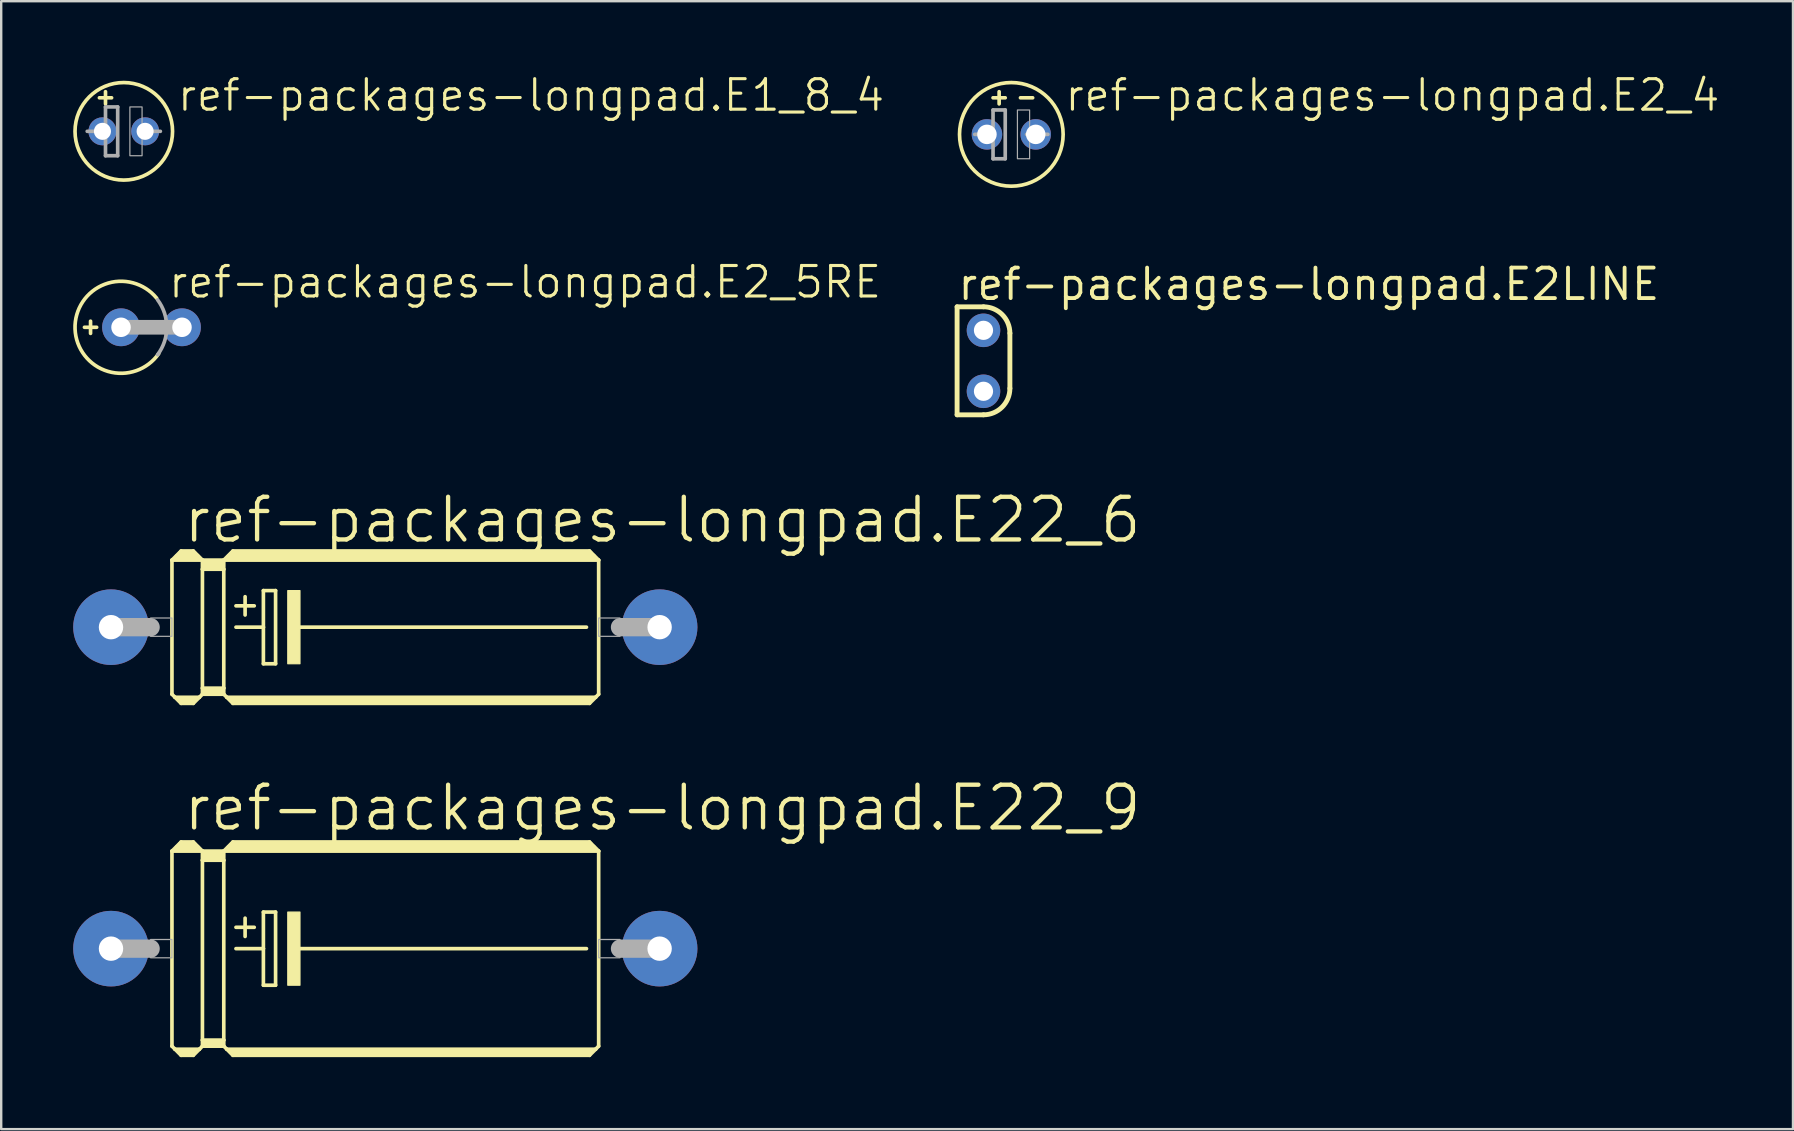
<source format=kicad_pcb>
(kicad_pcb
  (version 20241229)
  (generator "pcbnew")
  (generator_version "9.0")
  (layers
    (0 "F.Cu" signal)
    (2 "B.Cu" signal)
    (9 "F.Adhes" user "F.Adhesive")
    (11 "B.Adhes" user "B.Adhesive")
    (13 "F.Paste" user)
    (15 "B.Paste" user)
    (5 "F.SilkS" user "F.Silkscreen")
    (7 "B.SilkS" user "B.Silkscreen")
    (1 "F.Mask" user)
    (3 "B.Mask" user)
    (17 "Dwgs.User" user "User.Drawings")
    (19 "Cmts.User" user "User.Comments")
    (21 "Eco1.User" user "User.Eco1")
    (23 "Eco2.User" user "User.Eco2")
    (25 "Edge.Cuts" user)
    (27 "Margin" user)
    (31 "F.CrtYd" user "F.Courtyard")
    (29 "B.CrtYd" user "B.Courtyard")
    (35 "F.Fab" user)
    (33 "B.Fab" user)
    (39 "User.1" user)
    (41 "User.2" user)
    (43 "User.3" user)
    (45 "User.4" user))
  (footprint "ref-packages-longpad.E1_8_4"
    (layer "F.Cu")
    (at 2.108 2.422)
    (property "Reference" "ref-packages-longpad.E1_8_4" (at 2.159 -0.762 0) (layer "F.SilkS") (effects (font (size 1.27 1.27) (thickness 0.13)) (justify left bottom)))
    (attr through_hole)
    (fp_line (start -1.016 -1.397) (end -0.508 -1.397) (stroke (width 0.152) (type default)) (layer "F.SilkS"))
    (fp_line (start -0.762 -1.143) (end -0.762 -1.651) (stroke (width 0.152) (type default)) (layer "F.SilkS"))
    (fp_circle (center 0 0) (end 2.032 0) (stroke (width 0.152) (type default)) (fill no) (layer "F.SilkS"))
    (fp_line (start -1.524 0) (end -0.762 0) (stroke (width 0.152) (type default)) (layer "F.Fab"))
    (fp_line (start -0.762 -1.016) (end -0.762 0) (stroke (width 0.152) (type default)) (layer "F.Fab"))
    (fp_line (start -0.762 0) (end -0.762 1.016) (stroke (width 0.152) (type default)) (layer "F.Fab"))
    (fp_line (start -0.762 1.016) (end -0.254 1.016) (stroke (width 0.152) (type default)) (layer "F.Fab"))
    (fp_line (start -0.254 -1.016) (end -0.762 -1.016) (stroke (width 0.152) (type default)) (layer "F.Fab"))
    (fp_line (start -0.254 1.016) (end -0.254 -1.016) (stroke (width 0.152) (type default)) (layer "F.Fab"))
    (fp_line (start 0.635 0) (end 1.524 0) (stroke (width 0.152) (type default)) (layer "F.Fab"))
    (fp_rect (start 0.254 1.016) (end 0.762 -1.016) (stroke (width 0.05) (type default)) (fill no) (layer "F.Fab"))
    (pad "+" thru_hole circle (at -0.889 0) (size 1.168 1.168) (drill 0.711) (layers "*.Cu" "*.Mask"))
    (pad "-" thru_hole circle (at 0.889 0) (size 1.168 1.168) (drill 0.711) (layers "*.Cu" "*.Mask")))
  (footprint "ref-packages-longpad.E22_9"
    (layer "F.Cu")
    (at 13.005 36.478)
    (property "Reference" "ref-packages-longpad.E22_9" (at -8.509 -4.826 0) (layer "F.SilkS") (effects (font (size 1.778 1.778) (thickness 0.18)) (justify left bottom)))
    (attr through_hole)
    (fp_line (start -8.89 -4.064) (end -8.89 4.064) (stroke (width 0.152) (type default)) (layer "F.SilkS"))
    (fp_line (start -8.89 -4.064) (end -8.509 -4.445) (stroke (width 0.152) (type default)) (layer "F.SilkS"))
    (fp_line (start -8.89 -4.064) (end -7.62 -4.064) (stroke (width 0.152) (type default)) (layer "F.SilkS"))
    (fp_line (start -8.89 4.064) (end -8.763 4.191) (stroke (width 0.152) (type default)) (layer "F.SilkS"))
    (fp_line (start -8.763 4.191) (end -8.509 4.445) (stroke (width 0.152) (type default)) (layer "F.SilkS"))
    (fp_line (start -8.763 4.191) (end -7.747 4.191) (stroke (width 0.152) (type default)) (layer "F.SilkS"))
    (fp_line (start -8.636 -4.191) (end -7.874 -4.191) (stroke (width 0.305) (type default)) (layer "F.SilkS"))
    (fp_line (start -8.509 -4.445) (end -8.001 -4.445) (stroke (width 0.152) (type default)) (layer "F.SilkS"))
    (fp_line (start -8.509 -4.318) (end -8.001 -4.318) (stroke (width 0.305) (type default)) (layer "F.SilkS"))
    (fp_line (start -8.509 4.318) (end -8.001 4.318) (stroke (width 0.254) (type default)) (layer "F.SilkS"))
    (fp_line (start -8.509 4.445) (end -8.001 4.445) (stroke (width 0.152) (type default)) (layer "F.SilkS"))
    (fp_line (start -7.747 4.191) (end -8.001 4.445) (stroke (width 0.152) (type default)) (layer "F.SilkS"))
    (fp_line (start -7.62 -4.064) (end -8.001 -4.445) (stroke (width 0.152) (type default)) (layer "F.SilkS"))
    (fp_line (start -7.62 -4.064) (end -7.62 -3.683) (stroke (width 0.152) (type default)) (layer "F.SilkS"))
    (fp_line (start -7.62 -4.064) (end -6.731 -4.064) (stroke (width 0.152) (type default)) (layer "F.SilkS"))
    (fp_line (start -7.62 -3.683) (end -6.731 -3.683) (stroke (width 0.152) (type default)) (layer "F.SilkS"))
    (fp_line (start -7.62 3.81) (end -7.62 -3.683) (stroke (width 0.152) (type default)) (layer "F.SilkS"))
    (fp_line (start -7.62 3.81) (end -6.731 3.81) (stroke (width 0.152) (type default)) (layer "F.SilkS"))
    (fp_line (start -7.62 4.064) (end -7.747 4.191) (stroke (width 0.152) (type default)) (layer "F.SilkS"))
    (fp_line (start -7.62 4.064) (end -7.62 3.81) (stroke (width 0.152) (type default)) (layer "F.SilkS"))
    (fp_line (start -7.62 4.064) (end -6.731 4.064) (stroke (width 0.152) (type default)) (layer "F.SilkS"))
    (fp_line (start -7.493 -3.937) (end -6.858 -3.937) (stroke (width 0.305) (type default)) (layer "F.SilkS"))
    (fp_line (start -7.493 -3.81) (end -6.858 -3.81) (stroke (width 0.305) (type default)) (layer "F.SilkS"))
    (fp_line (start -7.493 3.937) (end -6.858 3.937) (stroke (width 0.254) (type default)) (layer "F.SilkS"))
    (fp_line (start -6.731 -4.064) (end -6.731 -3.683) (stroke (width 0.152) (type default)) (layer "F.SilkS"))
    (fp_line (start -6.731 -4.064) (end 8.89 -4.064) (stroke (width 0.152) (type default)) (layer "F.SilkS"))
    (fp_line (start -6.731 -3.683) (end -6.731 3.81) (stroke (width 0.152) (type default)) (layer "F.SilkS"))
    (fp_line (start -6.731 3.81) (end -6.731 4.064) (stroke (width 0.152) (type default)) (layer "F.SilkS"))
    (fp_line (start -6.604 4.191) (end -6.731 4.064) (stroke (width 0.152) (type default)) (layer "F.SilkS"))
    (fp_line (start -6.604 4.191) (end 8.763 4.191) (stroke (width 0.152) (type default)) (layer "F.SilkS"))
    (fp_line (start -6.477 -4.191) (end 8.636 -4.191) (stroke (width 0.305) (type default)) (layer "F.SilkS"))
    (fp_line (start -6.35 -4.445) (end -6.731 -4.064) (stroke (width 0.152) (type default)) (layer "F.SilkS"))
    (fp_line (start -6.35 -4.445) (end 8.509 -4.445) (stroke (width 0.152) (type default)) (layer "F.SilkS"))
    (fp_line (start -6.35 -4.318) (end 8.509 -4.318) (stroke (width 0.305) (type default)) (layer "F.SilkS"))
    (fp_line (start -6.35 4.318) (end 8.509 4.318) (stroke (width 0.254) (type default)) (layer "F.SilkS"))
    (fp_line (start -6.35 4.445) (end -6.604 4.191) (stroke (width 0.152) (type default)) (layer "F.SilkS"))
    (fp_line (start -6.35 4.445) (end 8.509 4.445) (stroke (width 0.152) (type default)) (layer "F.SilkS"))
    (fp_line (start -6.223 -0.889) (end -5.461 -0.889) (stroke (width 0.152) (type default)) (layer "F.SilkS"))
    (fp_line (start -6.223 0) (end -5.08 0) (stroke (width 0.152) (type default)) (layer "F.SilkS"))
    (fp_line (start -5.842 -1.27) (end -5.842 -0.508) (stroke (width 0.152) (type default)) (layer "F.SilkS"))
    (fp_line (start -5.08 -1.524) (end -5.08 0) (stroke (width 0.152) (type default)) (layer "F.SilkS"))
    (fp_line (start -5.08 0) (end -5.08 1.524) (stroke (width 0.152) (type default)) (layer "F.SilkS"))
    (fp_line (start -5.08 1.524) (end -4.572 1.524) (stroke (width 0.152) (type default)) (layer "F.SilkS"))
    (fp_line (start -4.572 -1.524) (end -5.08 -1.524) (stroke (width 0.152) (type default)) (layer "F.SilkS"))
    (fp_line (start -4.572 1.524) (end -4.572 -1.524) (stroke (width 0.152) (type default)) (layer "F.SilkS"))
    (fp_line (start -3.683 0) (end 8.382 0) (stroke (width 0.152) (type default)) (layer "F.SilkS"))
    (fp_line (start 8.509 -4.445) (end 8.89 -4.064) (stroke (width 0.152) (type default)) (layer "F.SilkS"))
    (fp_line (start 8.509 4.445) (end 8.763 4.191) (stroke (width 0.152) (type default)) (layer "F.SilkS"))
    (fp_line (start 8.763 4.191) (end 8.89 4.064) (stroke (width 0.152) (type default)) (layer "F.SilkS"))
    (fp_line (start 8.89 -4.064) (end 8.89 4.064) (stroke (width 0.152) (type default)) (layer "F.SilkS"))
    (fp_rect (start -4.064 1.524) (end -3.556 -1.524) (stroke (width 0.05) (type default)) (fill yes) (layer "F.SilkS"))
    (fp_line (start -11.43 0) (end -9.779 0) (stroke (width 0.762) (type default)) (layer "F.Fab"))
    (fp_line (start 11.43 0) (end 9.779 0) (stroke (width 0.762) (type default)) (layer "F.Fab"))
    (fp_rect (start -9.779 0.381) (end -8.89 -0.381) (stroke (width 0.05) (type default)) (fill no) (layer "F.Fab"))
    (fp_rect (start 8.89 0.381) (end 9.779 -0.381) (stroke (width 0.05) (type default)) (fill no) (layer "F.Fab"))
    (pad "+" thru_hole circle (at -11.43 0) (size 3.15 3.15) (drill 1.016) (layers "*.Cu" "*.Mask"))
    (pad "-" thru_hole circle (at 11.43 0) (size 3.15 3.15) (drill 1.016) (layers "*.Cu" "*.Mask")))
  (footprint "ref-packages-longpad.E2LINE"
    (layer "F.Cu")
    (at 37.93 11.984)
    (property "Reference" "ref-packages-longpad.E2LINE" (at -1.15 -2.45 0) (layer "F.SilkS") (effects (font (size 1.27 1.27) (thickness 0.16)) (justify left bottom)))
    (attr through_hole)
    (fp_line (start -1.1 -2.25) (end 0 -2.25) (stroke (width 0.203) (type default)) (layer "F.SilkS"))
    (fp_line (start -1.1 2.25) (end -1.1 -2.25) (stroke (width 0.203) (type default)) (layer "F.SilkS"))
    (fp_line (start 0 2.25) (end -1.1 2.25) (stroke (width 0.203) (type default)) (layer "F.SilkS"))
    (fp_line (start 1.1 -1.15) (end 1.1 1.15) (stroke (width 0.203) (type default)) (layer "F.SilkS"))
    (fp_arc (start 0 -2.25) (mid 0.777817 -1.927817) (end 1.1 -1.15) (stroke (width 0.2032) (type default)) (layer "F.SilkS"))
    (fp_arc (start 1.1 1.15) (mid 0.777817 1.927817) (end 0 2.25) (stroke (width 0.2032) (type default)) (layer "F.SilkS"))
    (pad "1" thru_hole circle (at 0 1.27) (size 1.397 1.397) (drill 0.8) (layers "*.Cu" "*.Mask"))
    (pad "2" thru_hole circle (at 0 -1.27) (size 1.397 1.397) (drill 0.8) (layers "*.Cu" "*.Mask")))
  (footprint "ref-packages-longpad.E22_6"
    (layer "F.Cu")
    (at 13.005 23.083)
    (property "Reference" "ref-packages-longpad.E22_6" (at -8.509 -3.429 0) (layer "F.SilkS") (effects (font (size 1.778 1.778) (thickness 0.18)) (justify left bottom)))
    (attr through_hole)
    (fp_line (start -8.89 -2.794) (end -8.89 2.794) (stroke (width 0.152) (type default)) (layer "F.SilkS"))
    (fp_line (start -8.89 -2.794) (end -8.509 -3.175) (stroke (width 0.152) (type default)) (layer "F.SilkS"))
    (fp_line (start -8.89 -2.794) (end -7.62 -2.794) (stroke (width 0.152) (type default)) (layer "F.SilkS"))
    (fp_line (start -8.89 2.794) (end -8.763 2.921) (stroke (width 0.152) (type default)) (layer "F.SilkS"))
    (fp_line (start -8.763 2.921) (end -8.509 3.175) (stroke (width 0.152) (type default)) (layer "F.SilkS"))
    (fp_line (start -8.763 2.921) (end -7.747 2.921) (stroke (width 0.152) (type default)) (layer "F.SilkS"))
    (fp_line (start -8.636 -2.921) (end -7.874 -2.921) (stroke (width 0.305) (type default)) (layer "F.SilkS"))
    (fp_line (start -8.509 -3.175) (end -8.001 -3.175) (stroke (width 0.152) (type default)) (layer "F.SilkS"))
    (fp_line (start -8.509 -3.048) (end -8.001 -3.048) (stroke (width 0.305) (type default)) (layer "F.SilkS"))
    (fp_line (start -8.509 3.048) (end -8.001 3.048) (stroke (width 0.254) (type default)) (layer "F.SilkS"))
    (fp_line (start -8.509 3.175) (end -8.001 3.175) (stroke (width 0.152) (type default)) (layer "F.SilkS"))
    (fp_line (start -7.747 2.921) (end -8.001 3.175) (stroke (width 0.152) (type default)) (layer "F.SilkS"))
    (fp_line (start -7.62 -2.794) (end -8.001 -3.175) (stroke (width 0.152) (type default)) (layer "F.SilkS"))
    (fp_line (start -7.62 -2.794) (end -7.62 -2.413) (stroke (width 0.152) (type default)) (layer "F.SilkS"))
    (fp_line (start -7.62 -2.794) (end -6.731 -2.794) (stroke (width 0.152) (type default)) (layer "F.SilkS"))
    (fp_line (start -7.62 -2.413) (end -6.731 -2.413) (stroke (width 0.152) (type default)) (layer "F.SilkS"))
    (fp_line (start -7.62 2.54) (end -7.62 -2.413) (stroke (width 0.152) (type default)) (layer "F.SilkS"))
    (fp_line (start -7.62 2.54) (end -6.731 2.54) (stroke (width 0.152) (type default)) (layer "F.SilkS"))
    (fp_line (start -7.62 2.794) (end -7.747 2.921) (stroke (width 0.152) (type default)) (layer "F.SilkS"))
    (fp_line (start -7.62 2.794) (end -7.62 2.54) (stroke (width 0.152) (type default)) (layer "F.SilkS"))
    (fp_line (start -7.62 2.794) (end -6.731 2.794) (stroke (width 0.152) (type default)) (layer "F.SilkS"))
    (fp_line (start -7.493 -2.667) (end -6.858 -2.667) (stroke (width 0.305) (type default)) (layer "F.SilkS"))
    (fp_line (start -7.493 -2.54) (end -6.858 -2.54) (stroke (width 0.305) (type default)) (layer "F.SilkS"))
    (fp_line (start -7.493 2.667) (end -6.858 2.667) (stroke (width 0.254) (type default)) (layer "F.SilkS"))
    (fp_line (start -6.731 -2.794) (end -6.731 -2.413) (stroke (width 0.152) (type default)) (layer "F.SilkS"))
    (fp_line (start -6.731 -2.794) (end 8.89 -2.794) (stroke (width 0.152) (type default)) (layer "F.SilkS"))
    (fp_line (start -6.731 -2.413) (end -6.731 2.54) (stroke (width 0.152) (type default)) (layer "F.SilkS"))
    (fp_line (start -6.731 2.54) (end -6.731 2.794) (stroke (width 0.152) (type default)) (layer "F.SilkS"))
    (fp_line (start -6.604 2.921) (end -6.731 2.794) (stroke (width 0.152) (type default)) (layer "F.SilkS"))
    (fp_line (start -6.604 2.921) (end 8.763 2.921) (stroke (width 0.152) (type default)) (layer "F.SilkS"))
    (fp_line (start -6.477 -2.921) (end 8.636 -2.921) (stroke (width 0.305) (type default)) (layer "F.SilkS"))
    (fp_line (start -6.35 -3.175) (end -6.731 -2.794) (stroke (width 0.152) (type default)) (layer "F.SilkS"))
    (fp_line (start -6.35 -3.175) (end 8.509 -3.175) (stroke (width 0.152) (type default)) (layer "F.SilkS"))
    (fp_line (start -6.35 -3.048) (end 8.509 -3.048) (stroke (width 0.305) (type default)) (layer "F.SilkS"))
    (fp_line (start -6.35 3.048) (end 8.509 3.048) (stroke (width 0.254) (type default)) (layer "F.SilkS"))
    (fp_line (start -6.35 3.175) (end -6.604 2.921) (stroke (width 0.152) (type default)) (layer "F.SilkS"))
    (fp_line (start -6.35 3.175) (end 8.509 3.175) (stroke (width 0.152) (type default)) (layer "F.SilkS"))
    (fp_line (start -6.223 -0.889) (end -5.461 -0.889) (stroke (width 0.152) (type default)) (layer "F.SilkS"))
    (fp_line (start -6.223 0) (end -5.08 0) (stroke (width 0.152) (type default)) (layer "F.SilkS"))
    (fp_line (start -5.842 -1.27) (end -5.842 -0.508) (stroke (width 0.152) (type default)) (layer "F.SilkS"))
    (fp_line (start -5.08 -1.524) (end -5.08 0) (stroke (width 0.152) (type default)) (layer "F.SilkS"))
    (fp_line (start -5.08 0) (end -5.08 1.524) (stroke (width 0.152) (type default)) (layer "F.SilkS"))
    (fp_line (start -5.08 1.524) (end -4.572 1.524) (stroke (width 0.152) (type default)) (layer "F.SilkS"))
    (fp_line (start -4.572 -1.524) (end -5.08 -1.524) (stroke (width 0.152) (type default)) (layer "F.SilkS"))
    (fp_line (start -4.572 1.524) (end -4.572 -1.524) (stroke (width 0.152) (type default)) (layer "F.SilkS"))
    (fp_line (start -3.683 0) (end 8.382 0) (stroke (width 0.152) (type default)) (layer "F.SilkS"))
    (fp_line (start 8.509 -3.175) (end 8.89 -2.794) (stroke (width 0.152) (type default)) (layer "F.SilkS"))
    (fp_line (start 8.509 3.175) (end 8.763 2.921) (stroke (width 0.152) (type default)) (layer "F.SilkS"))
    (fp_line (start 8.763 2.921) (end 8.89 2.794) (stroke (width 0.152) (type default)) (layer "F.SilkS"))
    (fp_line (start 8.89 -2.794) (end 8.89 2.794) (stroke (width 0.152) (type default)) (layer "F.SilkS"))
    (fp_rect (start -4.064 1.524) (end -3.556 -1.524) (stroke (width 0.05) (type default)) (fill yes) (layer "F.SilkS"))
    (fp_line (start -11.43 0) (end -9.779 0) (stroke (width 0.762) (type default)) (layer "F.Fab"))
    (fp_line (start 11.43 0) (end 9.779 0) (stroke (width 0.762) (type default)) (layer "F.Fab"))
    (fp_rect (start -9.779 0.381) (end -8.89 -0.381) (stroke (width 0.05) (type default)) (fill no) (layer "F.Fab"))
    (fp_rect (start 8.89 0.381) (end 9.779 -0.381) (stroke (width 0.05) (type default)) (fill no) (layer "F.Fab"))
    (pad "+" thru_hole circle (at -11.43 0) (size 3.15 3.15) (drill 1.016) (layers "*.Cu" "*.Mask"))
    (pad "-" thru_hole circle (at 11.43 0) (size 3.15 3.15) (drill 1.016) (layers "*.Cu" "*.Mask")))
  (footprint "ref-packages-longpad.E2_5RE"
    (layer "F.Cu")
    (at 3.263 10.587)
    (property "Reference" "ref-packages-longpad.E2_5RE" (at 0.635 -1.143 0) (layer "F.SilkS") (effects (font (size 1.27 1.27) (thickness 0.13)) (justify left bottom)))
    (attr through_hole)
    (fp_line (start -2.794 0) (end -2.286 0) (stroke (width 0.152) (type default)) (layer "F.SilkS"))
    (fp_line (start -2.54 0.254) (end -2.54 -0.254) (stroke (width 0.152) (type default)) (layer "F.SilkS"))
    (fp_arc (start 0.299999 1.1) (mid -3.185709 0.0704) (end 0.215025 -1.212269) (stroke (width 0.1524) (type default)) (layer "F.SilkS"))
    (fp_line (start 1.27 0) (end -1.27 0) (stroke (width 0.61) (type default)) (layer "F.Fab"))
    (fp_arc (start 0.254 -1.143) (mid 0.635 0) (end 0.254 1.143) (stroke (width 0.1524) (type default)) (layer "F.Fab"))
    (pad "+" thru_hole circle (at -1.27 0) (size 1.575 1.575) (drill 0.813) (layers "*.Cu" "*.Mask"))
    (pad "-" thru_hole circle (at 1.27 0) (size 1.575 1.575) (drill 0.813) (layers "*.Cu" "*.Mask")))
  (footprint "ref-packages-longpad.E2_4"
    (layer "F.Cu")
    (at 39.09 2.549)
    (property "Reference" "ref-packages-longpad.E2_4" (at 2.159 -0.889 0) (layer "F.SilkS") (effects (font (size 1.27 1.27) (thickness 0.13)) (justify left bottom)))
    (attr through_hole)
    (fp_line (start -0.762 -1.524) (end -0.254 -1.524) (stroke (width 0.152) (type default)) (layer "F.SilkS"))
    (fp_line (start -0.508 -1.27) (end -0.508 -1.778) (stroke (width 0.152) (type default)) (layer "F.SilkS"))
    (fp_line (start 0.381 -1.524) (end 0.889 -1.524) (stroke (width 0.152) (type default)) (layer "F.SilkS"))
    (fp_circle (center 0 0) (end 2.159 0) (stroke (width 0.152) (type default)) (fill no) (layer "F.SilkS"))
    (fp_line (start -1.524 0) (end -0.762 0) (stroke (width 0.152) (type default)) (layer "F.Fab"))
    (fp_line (start -0.762 -1.016) (end -0.762 0) (stroke (width 0.152) (type default)) (layer "F.Fab"))
    (fp_line (start -0.762 0) (end -0.762 1.016) (stroke (width 0.152) (type default)) (layer "F.Fab"))
    (fp_line (start -0.762 1.016) (end -0.254 1.016) (stroke (width 0.152) (type default)) (layer "F.Fab"))
    (fp_line (start -0.254 -1.016) (end -0.762 -1.016) (stroke (width 0.152) (type default)) (layer "F.Fab"))
    (fp_line (start -0.254 1.016) (end -0.254 -1.016) (stroke (width 0.152) (type default)) (layer "F.Fab"))
    (fp_line (start 0.635 0) (end 1.524 0) (stroke (width 0.152) (type default)) (layer "F.Fab"))
    (fp_rect (start 0.254 1.016) (end 0.762 -1.016) (stroke (width 0.05) (type default)) (fill no) (layer "F.Fab"))
    (pad "+" thru_hole circle (at -1.016 0) (size 1.27 1.27) (drill 0.813) (layers "*.Cu" "*.Mask"))
    (pad "-" thru_hole circle (at 1.016 0) (size 1.27 1.27) (drill 0.813) (layers "*.Cu" "*.Mask")))
  (gr_rect
    (start -3 -3)
    (end 71.66 43.999)
    (stroke (width 0.1) (type default))
    (fill no)
    (layer "Edge.Cuts")))
</source>
